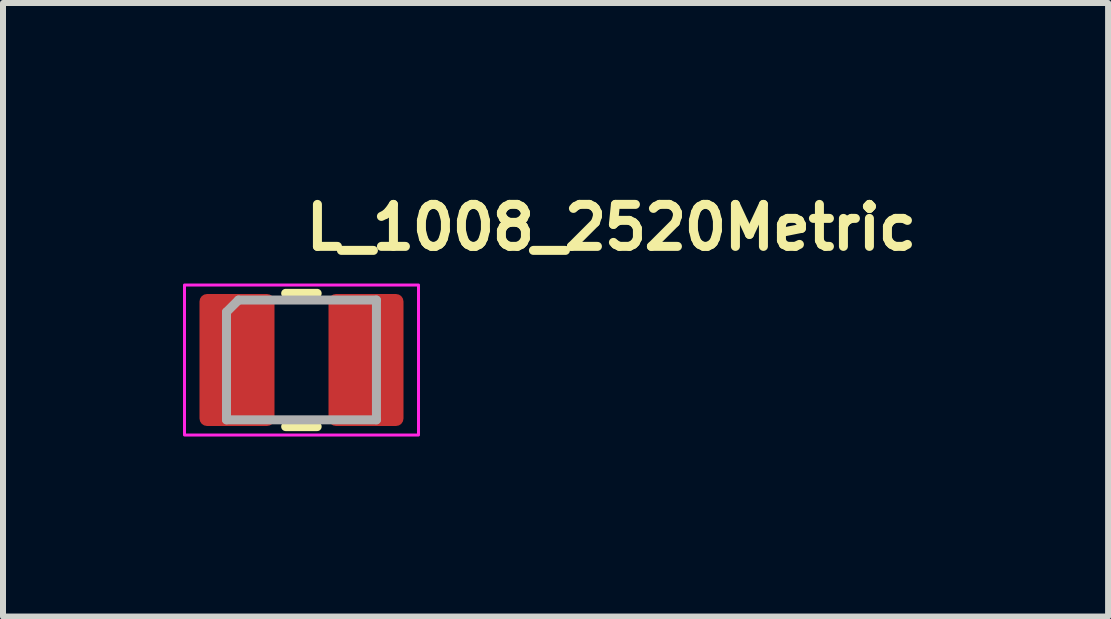
<source format=kicad_pcb>
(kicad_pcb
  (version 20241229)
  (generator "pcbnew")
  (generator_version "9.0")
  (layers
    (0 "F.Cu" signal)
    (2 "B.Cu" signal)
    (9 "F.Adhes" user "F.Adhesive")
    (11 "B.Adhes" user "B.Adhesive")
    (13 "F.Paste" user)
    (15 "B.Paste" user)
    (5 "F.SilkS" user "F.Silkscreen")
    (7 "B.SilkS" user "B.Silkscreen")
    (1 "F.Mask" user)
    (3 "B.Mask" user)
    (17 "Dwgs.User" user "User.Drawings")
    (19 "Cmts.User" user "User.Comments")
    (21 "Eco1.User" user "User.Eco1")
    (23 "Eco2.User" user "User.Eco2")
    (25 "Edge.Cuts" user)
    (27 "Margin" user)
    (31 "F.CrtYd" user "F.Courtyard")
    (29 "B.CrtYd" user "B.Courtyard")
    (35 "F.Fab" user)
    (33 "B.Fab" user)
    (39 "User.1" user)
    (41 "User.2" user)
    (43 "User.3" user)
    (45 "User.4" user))
  (footprint "L_1008_2520Metric"
    (layer "F.Cu")
    (at 1.975 2.95)
    (property "Reference" "L_1008_2520Metric" (at 0 -1.8 0) (layer "F.SilkS") (effects (font (size 0.7 0.7) (thickness 0.15)) (justify left bottom)))
    (attr smd)
    (fp_line (start -0.264 -1.111) (end 0.261 -1.111) (stroke (width 0.15) (type solid)) (layer "F.SilkS"))
    (fp_line (start -0.264 1.11) (end 0.261 1.11) (stroke (width 0.15) (type solid)) (layer "F.SilkS"))
    (fp_rect (start -1.95 -1.25) (end 1.95 1.25) (stroke (width 0.05) (type solid)) (fill no) (layer "F.CrtYd"))
    (fp_line (start -1.25 -0.8) (end -1.05 -0.999) (stroke (width 0.15) (type solid)) (layer "F.Fab"))
    (fp_line (start -1.25 0.997) (end -1.25 -0.8) (stroke (width 0.15) (type solid)) (layer "F.Fab"))
    (fp_line (start -1.05 -0.999) (end 1.249 -0.999) (stroke (width 0.15) (type solid)) (layer "F.Fab"))
    (fp_line (start 1.249 -0.999) (end 1.249 0.997) (stroke (width 0.15) (type solid)) (layer "F.Fab"))
    (fp_line (start 1.249 0.997) (end -1.25 0.997) (stroke (width 0.15) (type solid)) (layer "F.Fab"))
    (fp_rect (start -1.25 -0.999) (end 1.249 0.997) (stroke (width 0.1) (type solid)) (fill no) (layer "User.5"))
    (fp_rect (start -1.25 -0.999) (end 1.249 0.997) (stroke (width 0.1) (type solid)) (fill no) (layer "User.5"))
    (fp_line (start -1.25 -0.999) (end -0.653 -0.999) (stroke (width 0.02) (type solid)) (layer "User.9"))
    (fp_line (start -1.25 0.997) (end -1.25 -0.999) (stroke (width 0.02) (type solid)) (layer "User.9"))
    (fp_line (start -1.25 0.997) (end -0.653 0.997) (stroke (width 0.02) (type solid)) (layer "User.9"))
    (fp_line (start -0.653 -0.999) (end -0.653 0.997) (stroke (width 0.02) (type solid)) (layer "User.9"))
    (fp_line (start -0.653 0.997) (end -0.653 -0.999) (stroke (width 0.02) (type solid)) (layer "User.9"))
    (fp_line (start -0.653 0.997) (end 0.65 0.997) (stroke (width 0.02) (type solid)) (layer "User.9"))
    (fp_line (start 0.65 -0.999) (end -0.653 -0.999) (stroke (width 0.02) (type solid)) (layer "User.9"))
    (fp_line (start 0.65 -0.999) (end 0.65 0.997) (stroke (width 0.02) (type solid)) (layer "User.9"))
    (fp_line (start 0.65 0.997) (end 0.65 -0.999) (stroke (width 0.02) (type solid)) (layer "User.9"))
    (fp_line (start 1.249 -0.999) (end 0.65 -0.999) (stroke (width 0.02) (type solid)) (layer "User.9"))
    (fp_line (start 1.249 -0.999) (end 1.249 0.997) (stroke (width 0.02) (type solid)) (layer "User.9"))
    (fp_line (start 1.249 0.997) (end 0.65 0.997) (stroke (width 0.02) (type solid)) (layer "User.9"))
    (pad "1" smd roundrect (at -1.075 0) (size 1.25 2.2) (layers "F.Cu" "F.Mask" "F.Paste") (roundrect_rratio 0.1))
    (pad "2" smd roundrect (at 1.075 0) (size 1.25 2.2) (layers "F.Cu" "F.Mask" "F.Paste") (roundrect_rratio 0.1)))
  (gr_rect
    (start -3 -3)
    (end 15.418 7.225)
    (stroke (width 0.1) (type default))
    (fill no)
    (layer "Edge.Cuts")))
</source>
